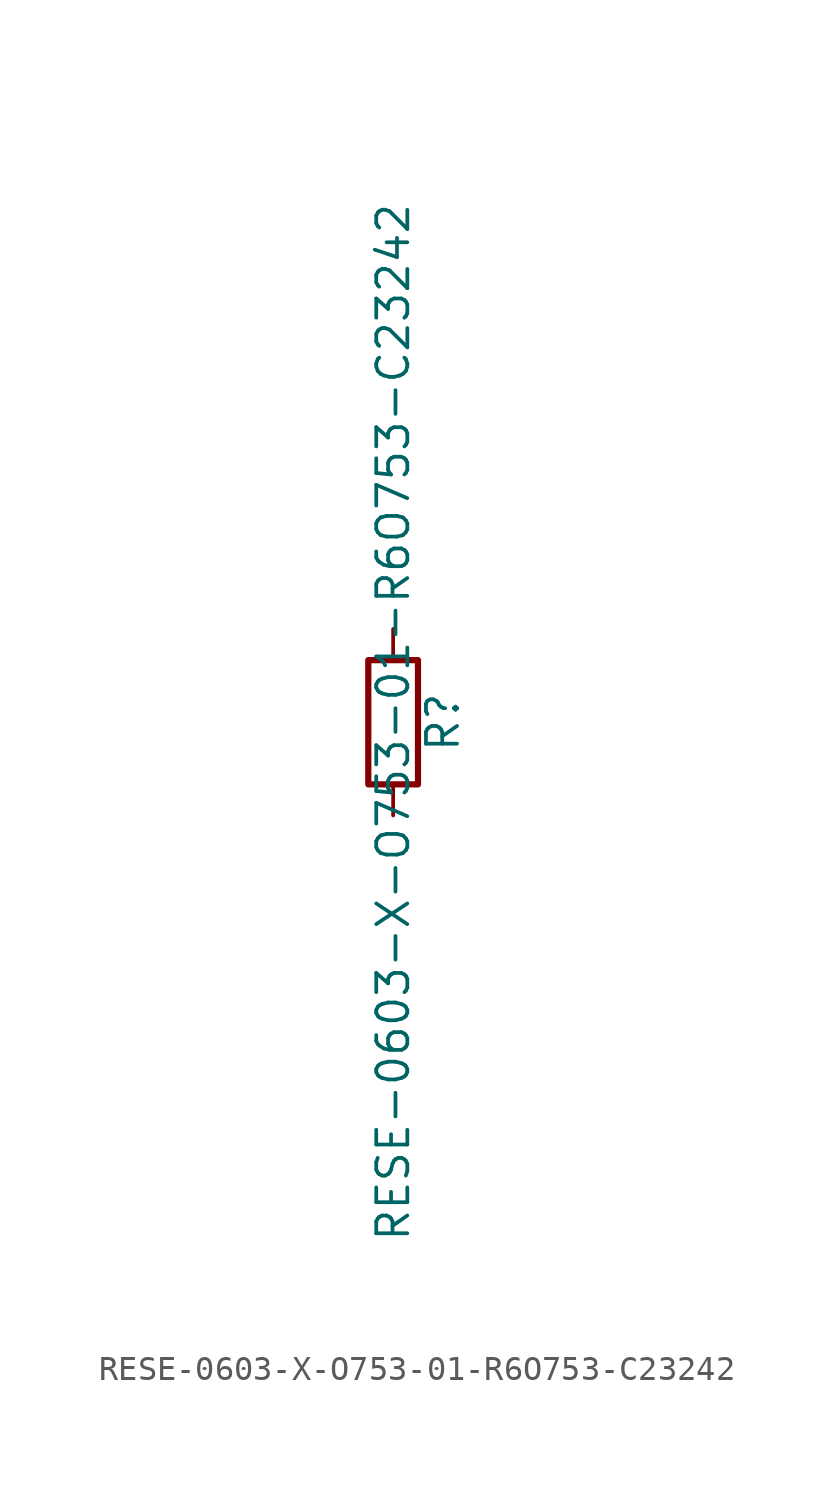
<source format=kicad_sym>
(kicad_symbol_lib
  (version 20211014)
  (generator kicad_symbol_editor)
  (symbol "RESE-0603-X-O753-01-R6O753-C23242"
    (pin_numbers hide)
    (pin_names
      (offset 0))
    (property "Reference" "R"
      (at 2.032 0 90)
      (effects (font (size 1.27 1.27))))
    (property "Value" "RESE-0603-X-O753-01-R6O753-C23242"
      (at 0 0 90)
      (effects (font (size 1.27 1.27))))
    (symbol "RESE-0603-X-O753-01-R6O753-C23242_0_1"
      (rectangle (start -1.016 -2.54) (end 1.016 2.54) (stroke (width 0.254) (type default) (color 0 0 0 0)) (fill (type none))))
    (symbol "RESE-0603-X-O753-01-R6O753-C23242_1_1"
      (pin passive line (at 0 3.81 270) (length 1.27) (name "~" (effects (font (size 1.27 1.27)))) (number "1" (effects (font (size 1.27 1.27)))))
      (pin passive line (at 0 -3.81 90) (length 1.27) (name "~" (effects (font (size 1.27 1.27)))) (number "2" (effects (font (size 1.27 1.27))))))))
</source>
